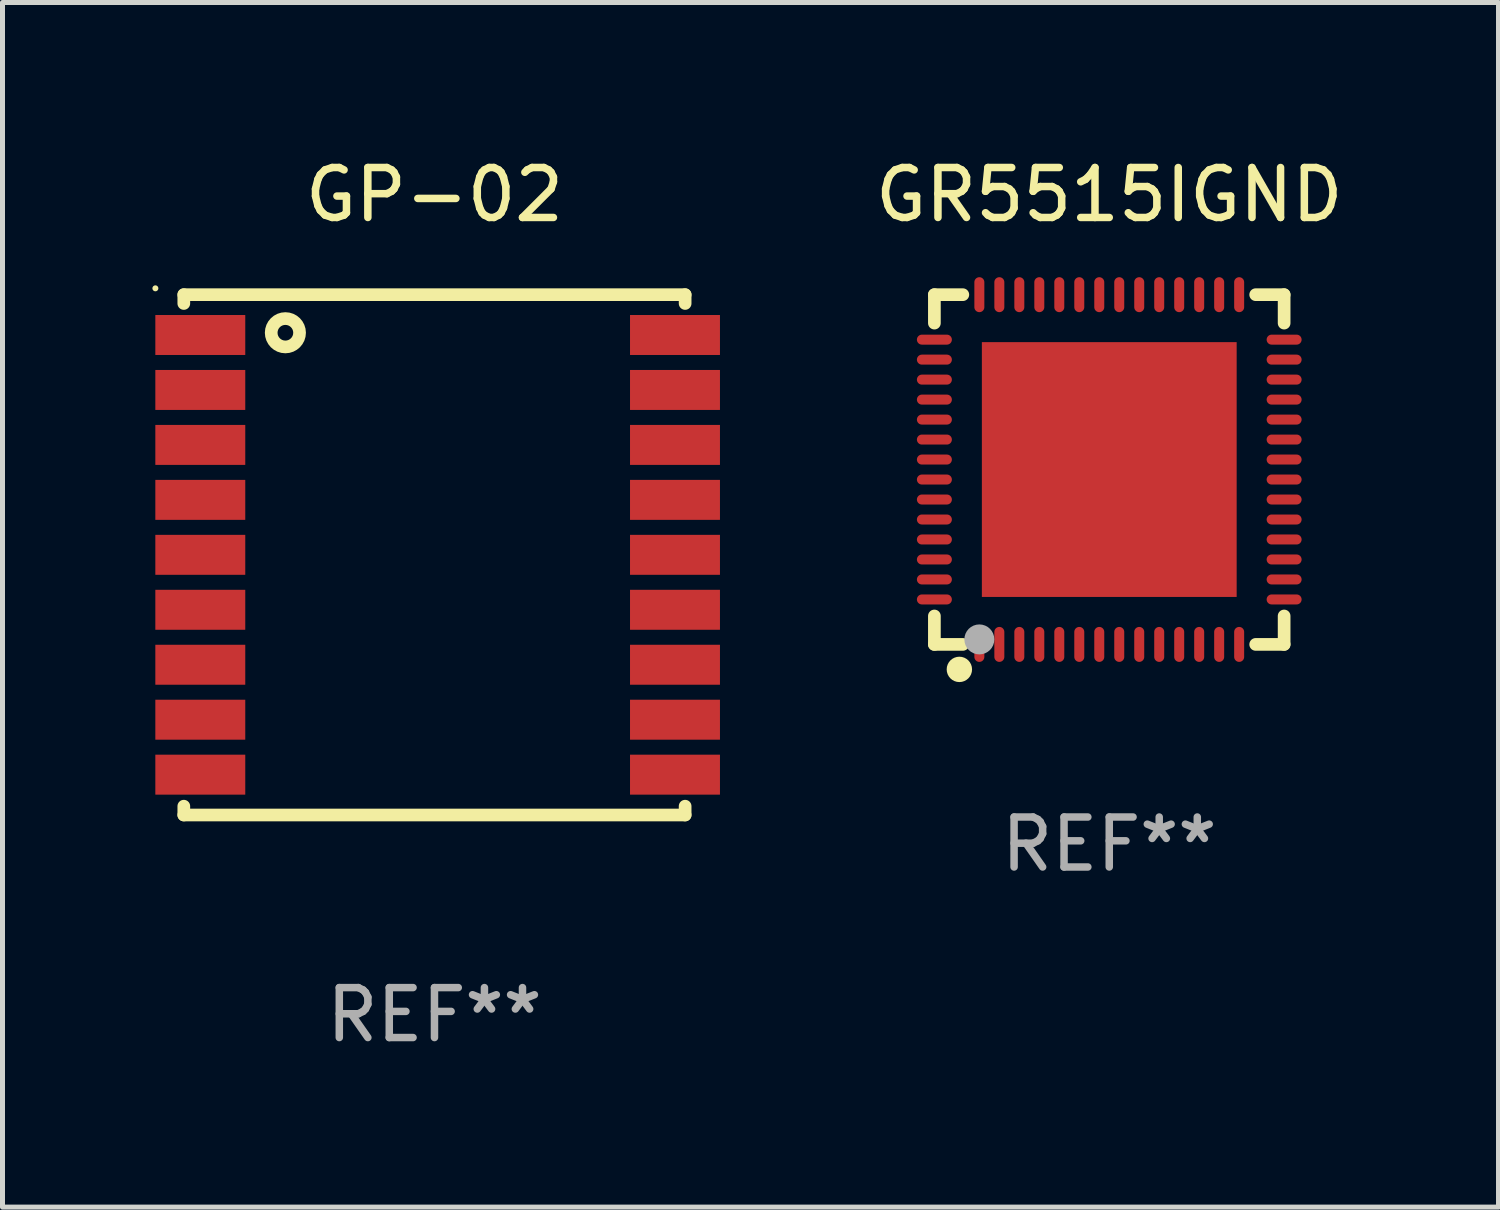
<source format=kicad_pcb>
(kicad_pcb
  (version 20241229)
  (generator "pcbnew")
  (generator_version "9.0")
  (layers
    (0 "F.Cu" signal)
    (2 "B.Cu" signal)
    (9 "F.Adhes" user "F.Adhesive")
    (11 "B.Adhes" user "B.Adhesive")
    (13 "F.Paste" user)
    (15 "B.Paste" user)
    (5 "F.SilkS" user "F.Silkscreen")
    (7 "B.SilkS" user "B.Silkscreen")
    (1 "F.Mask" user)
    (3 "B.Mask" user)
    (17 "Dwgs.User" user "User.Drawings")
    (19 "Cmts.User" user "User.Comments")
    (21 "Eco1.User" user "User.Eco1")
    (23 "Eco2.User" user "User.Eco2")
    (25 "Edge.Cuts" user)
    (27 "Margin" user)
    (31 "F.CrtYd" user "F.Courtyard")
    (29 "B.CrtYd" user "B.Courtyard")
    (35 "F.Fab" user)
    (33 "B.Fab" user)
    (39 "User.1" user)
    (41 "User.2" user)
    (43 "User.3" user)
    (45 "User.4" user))
  (footprint "GR5515IGND"
    (layer "F.Cu")
    (at 19.152 6.348)
    (property "Reference" "GR5515IGND" (at 0 -5.5 0) (layer "F.SilkS") (effects (font (size 1 1) (thickness 0.15))))
    (attr through_hole)
    (fp_line (start -3.5 -3.5) (end -2.931 -3.5) (stroke (width 0.254) (type solid)) (layer "F.SilkS"))
    (fp_line (start -3.5 -2.931) (end -3.5 -3.5) (stroke (width 0.254) (type solid)) (layer "F.SilkS"))
    (fp_line (start -3.5 3.5) (end -3.5 2.931) (stroke (width 0.254) (type solid)) (layer "F.SilkS"))
    (fp_line (start -2.931 3.5) (end -3.5 3.5) (stroke (width 0.254) (type solid)) (layer "F.SilkS"))
    (fp_line (start 2.931 -3.5) (end 3.5 -3.5) (stroke (width 0.254) (type solid)) (layer "F.SilkS"))
    (fp_line (start 3.5 -3.5) (end 3.5 -2.931) (stroke (width 0.254) (type solid)) (layer "F.SilkS"))
    (fp_line (start 3.5 2.931) (end 3.5 3.5) (stroke (width 0.254) (type solid)) (layer "F.SilkS"))
    (fp_line (start 3.5 3.5) (end 2.931 3.5) (stroke (width 0.254) (type solid)) (layer "F.SilkS"))
    (fp_circle (center -3.5 3.5) (end -3.47 3.5) (stroke (width 0.06) (type solid)) (fill no) (layer "F.SilkS"))
    (fp_circle (center -3 4) (end -2.873 4) (stroke (width 0.254) (type solid)) (fill no) (layer "F.SilkS"))
    (fp_circle (center -2.6 3.4) (end -2.45 3.4) (stroke (width 0.3) (type solid)) (fill no) (layer "F.Fab"))
    (fp_text user "REF**" (at 0 7.5 0) (layer "F.Fab") (effects (font (size 1 1) (thickness 0.15))))
    (pad "1" smd oval (at -2.6 3.5 180) (size 0.2 0.7) (layers "F.Cu" "F.Mask" "F.Paste"))
    (pad "2" smd oval (at -2.2 3.5 180) (size 0.2 0.7) (layers "F.Cu" "F.Mask" "F.Paste"))
    (pad "3" smd oval (at -1.8 3.5 180) (size 0.2 0.7) (layers "F.Cu" "F.Mask" "F.Paste"))
    (pad "4" smd oval (at -1.4 3.5 180) (size 0.2 0.7) (layers "F.Cu" "F.Mask" "F.Paste"))
    (pad "5" smd oval (at -1 3.5 180) (size 0.2 0.7) (layers "F.Cu" "F.Mask" "F.Paste"))
    (pad "6" smd oval (at -0.6 3.5 180) (size 0.2 0.7) (layers "F.Cu" "F.Mask" "F.Paste"))
    (pad "7" smd oval (at -0.2 3.5 180) (size 0.2 0.7) (layers "F.Cu" "F.Mask" "F.Paste"))
    (pad "8" smd oval (at 0.2 3.5 180) (size 0.2 0.7) (layers "F.Cu" "F.Mask" "F.Paste"))
    (pad "9" smd oval (at 0.6 3.5 180) (size 0.2 0.7) (layers "F.Cu" "F.Mask" "F.Paste"))
    (pad "10" smd oval (at 1 3.5 180) (size 0.2 0.7) (layers "F.Cu" "F.Mask" "F.Paste"))
    (pad "11" smd oval (at 1.4 3.5 180) (size 0.2 0.7) (layers "F.Cu" "F.Mask" "F.Paste"))
    (pad "12" smd oval (at 1.8 3.5 180) (size 0.2 0.7) (layers "F.Cu" "F.Mask" "F.Paste"))
    (pad "13" smd oval (at 2.2 3.5 180) (size 0.2 0.7) (layers "F.Cu" "F.Mask" "F.Paste"))
    (pad "14" smd oval (at 2.6 3.5 180) (size 0.2 0.7) (layers "F.Cu" "F.Mask" "F.Paste"))
    (pad "15" smd oval (at 3.5 2.6 90) (size 0.2 0.7) (layers "F.Cu" "F.Mask" "F.Paste"))
    (pad "16" smd oval (at 3.5 2.2 90) (size 0.2 0.7) (layers "F.Cu" "F.Mask" "F.Paste"))
    (pad "17" smd oval (at 3.5 1.8 90) (size 0.2 0.7) (layers "F.Cu" "F.Mask" "F.Paste"))
    (pad "18" smd oval (at 3.5 1.4 90) (size 0.2 0.7) (layers "F.Cu" "F.Mask" "F.Paste"))
    (pad "19" smd oval (at 3.5 1 90) (size 0.2 0.7) (layers "F.Cu" "F.Mask" "F.Paste"))
    (pad "20" smd oval (at 3.5 0.6 90) (size 0.2 0.7) (layers "F.Cu" "F.Mask" "F.Paste"))
    (pad "21" smd oval (at 3.5 0.2 90) (size 0.2 0.7) (layers "F.Cu" "F.Mask" "F.Paste"))
    (pad "22" smd oval (at 3.5 -0.2 90) (size 0.2 0.7) (layers "F.Cu" "F.Mask" "F.Paste"))
    (pad "23" smd oval (at 3.5 -0.6 90) (size 0.2 0.7) (layers "F.Cu" "F.Mask" "F.Paste"))
    (pad "24" smd oval (at 3.5 -1 90) (size 0.2 0.7) (layers "F.Cu" "F.Mask" "F.Paste"))
    (pad "25" smd oval (at 3.5 -1.4 90) (size 0.2 0.7) (layers "F.Cu" "F.Mask" "F.Paste"))
    (pad "26" smd oval (at 3.5 -1.8 90) (size 0.2 0.7) (layers "F.Cu" "F.Mask" "F.Paste"))
    (pad "27" smd oval (at 3.5 -2.2 90) (size 0.2 0.7) (layers "F.Cu" "F.Mask" "F.Paste"))
    (pad "28" smd oval (at 3.5 -2.6 90) (size 0.2 0.7) (layers "F.Cu" "F.Mask" "F.Paste"))
    (pad "29" smd oval (at 2.6 -3.5 180) (size 0.2 0.7) (layers "F.Cu" "F.Mask" "F.Paste"))
    (pad "30" smd oval (at 2.2 -3.5 180) (size 0.2 0.7) (layers "F.Cu" "F.Mask" "F.Paste"))
    (pad "31" smd oval (at 1.8 -3.5 180) (size 0.2 0.7) (layers "F.Cu" "F.Mask" "F.Paste"))
    (pad "32" smd oval (at 1.4 -3.5 180) (size 0.2 0.7) (layers "F.Cu" "F.Mask" "F.Paste"))
    (pad "33" smd oval (at 1 -3.5 180) (size 0.2 0.7) (layers "F.Cu" "F.Mask" "F.Paste"))
    (pad "34" smd oval (at 0.6 -3.5 180) (size 0.2 0.7) (layers "F.Cu" "F.Mask" "F.Paste"))
    (pad "35" smd oval (at 0.2 -3.5 180) (size 0.2 0.7) (layers "F.Cu" "F.Mask" "F.Paste"))
    (pad "36" smd oval (at -0.2 -3.5 180) (size 0.2 0.7) (layers "F.Cu" "F.Mask" "F.Paste"))
    (pad "37" smd oval (at -0.6 -3.5 180) (size 0.2 0.7) (layers "F.Cu" "F.Mask" "F.Paste"))
    (pad "38" smd oval (at -1 -3.5 180) (size 0.2 0.7) (layers "F.Cu" "F.Mask" "F.Paste"))
    (pad "39" smd oval (at -1.4 -3.5 180) (size 0.2 0.7) (layers "F.Cu" "F.Mask" "F.Paste"))
    (pad "40" smd oval (at -1.8 -3.5 180) (size 0.2 0.7) (layers "F.Cu" "F.Mask" "F.Paste"))
    (pad "41" smd oval (at -2.2 -3.5 180) (size 0.2 0.7) (layers "F.Cu" "F.Mask" "F.Paste"))
    (pad "42" smd oval (at -2.6 -3.5 180) (size 0.2 0.7) (layers "F.Cu" "F.Mask" "F.Paste"))
    (pad "43" smd oval (at -3.5 -2.6 90) (size 0.2 0.7) (layers "F.Cu" "F.Mask" "F.Paste"))
    (pad "44" smd oval (at -3.5 -2.2 90) (size 0.2 0.7) (layers "F.Cu" "F.Mask" "F.Paste"))
    (pad "45" smd oval (at -3.5 -1.8 90) (size 0.2 0.7) (layers "F.Cu" "F.Mask" "F.Paste"))
    (pad "46" smd oval (at -3.5 -1.4 90) (size 0.2 0.7) (layers "F.Cu" "F.Mask" "F.Paste"))
    (pad "47" smd oval (at -3.5 -1 90) (size 0.2 0.7) (layers "F.Cu" "F.Mask" "F.Paste"))
    (pad "48" smd oval (at -3.5 -0.6 90) (size 0.2 0.7) (layers "F.Cu" "F.Mask" "F.Paste"))
    (pad "49" smd oval (at -3.5 -0.2 90) (size 0.2 0.7) (layers "F.Cu" "F.Mask" "F.Paste"))
    (pad "50" smd oval (at -3.5 0.2 90) (size 0.2 0.7) (layers "F.Cu" "F.Mask" "F.Paste"))
    (pad "51" smd oval (at -3.5 0.6 90) (size 0.2 0.7) (layers "F.Cu" "F.Mask" "F.Paste"))
    (pad "52" smd oval (at -3.5 1 90) (size 0.2 0.7) (layers "F.Cu" "F.Mask" "F.Paste"))
    (pad "53" smd oval (at -3.5 1.4 90) (size 0.2 0.7) (layers "F.Cu" "F.Mask" "F.Paste"))
    (pad "54" smd oval (at -3.5 1.8 90) (size 0.2 0.7) (layers "F.Cu" "F.Mask" "F.Paste"))
    (pad "55" smd oval (at -3.5 2.2 90) (size 0.2 0.7) (layers "F.Cu" "F.Mask" "F.Paste"))
    (pad "56" smd oval (at -3.5 2.6 90) (size 0.2 0.7) (layers "F.Cu" "F.Mask" "F.Paste"))
    (pad "57" smd rect (at 0.000089 -0.000064 90) (size 5.1 5.1) (layers "F.Cu" "F.Mask" "F.Paste")))
  (footprint "GP-02"
    (layer "F.Cu")
    (at 5.646 8.055)
    (property "Reference" "GP-02" (at 0 -7.207 0) (layer "F.SilkS") (effects (font (size 1 1) (thickness 0.15))))
    (attr through_hole)
    (fp_line (start -5.017 -5.207) (end -5.017 -5.031) (stroke (width 0.254) (type solid)) (layer "F.SilkS"))
    (fp_line (start -5.017 -5.207) (end 5.017 -5.207) (stroke (width 0.254) (type solid)) (layer "F.SilkS"))
    (fp_line (start -5.017 5.031) (end -5.017 5.207) (stroke (width 0.254) (type solid)) (layer "F.SilkS"))
    (fp_line (start -5.017 5.207) (end 5.017 5.207) (stroke (width 0.254) (type solid)) (layer "F.SilkS"))
    (fp_line (start 5.017 -5.031) (end 5.017 -5.207) (stroke (width 0.254) (type solid)) (layer "F.SilkS"))
    (fp_line (start 5.017 5.207) (end 5.017 5.031) (stroke (width 0.254) (type solid)) (layer "F.SilkS"))
    (fp_circle (center -5.586 -5.334) (end -5.556 -5.334) (stroke (width 0.06) (type solid)) (fill no) (layer "F.SilkS"))
    (fp_circle (center -2.984 -4.445) (end -2.7 -4.445) (stroke (width 0.254) (type solid)) (fill no) (layer "F.SilkS"))
    (fp_text user "REF**" (at 0 9.207 0) (layer "F.Fab") (effects (font (size 1 1) (thickness 0.15))))
    (pad "1" smd rect (at -4.687 -4.4) (size 1.8 0.8) (layers "F.Cu" "F.Mask" "F.Paste"))
    (pad "2" smd rect (at -4.687 -3.3) (size 1.8 0.8) (layers "F.Cu" "F.Mask" "F.Paste"))
    (pad "3" smd rect (at -4.687 -2.2) (size 1.8 0.8) (layers "F.Cu" "F.Mask" "F.Paste"))
    (pad "4" smd rect (at -4.687 -1.1) (size 1.8 0.8) (layers "F.Cu" "F.Mask" "F.Paste"))
    (pad "5" smd rect (at -4.687 0.000025) (size 1.8 0.8) (layers "F.Cu" "F.Mask" "F.Paste"))
    (pad "6" smd rect (at -4.687 1.1) (size 1.8 0.8) (layers "F.Cu" "F.Mask" "F.Paste"))
    (pad "7" smd rect (at -4.687 2.2) (size 1.8 0.8) (layers "F.Cu" "F.Mask" "F.Paste"))
    (pad "8" smd rect (at -4.687 3.3) (size 1.8 0.8) (layers "F.Cu" "F.Mask" "F.Paste"))
    (pad "9" smd rect (at -4.687 4.4) (size 1.8 0.8) (layers "F.Cu" "F.Mask" "F.Paste"))
    (pad "10" smd rect (at 4.814 4.4) (size 1.8 0.8) (layers "F.Cu" "F.Mask" "F.Paste"))
    (pad "11" smd rect (at 4.814 3.3) (size 1.8 0.8) (layers "F.Cu" "F.Mask" "F.Paste"))
    (pad "12" smd rect (at 4.814 2.2) (size 1.8 0.8) (layers "F.Cu" "F.Mask" "F.Paste"))
    (pad "13" smd rect (at 4.814 1.1) (size 1.8 0.8) (layers "F.Cu" "F.Mask" "F.Paste"))
    (pad "14" smd rect (at 4.814 0.000025) (size 1.8 0.8) (layers "F.Cu" "F.Mask" "F.Paste"))
    (pad "15" smd rect (at 4.814 -1.1) (size 1.8 0.8) (layers "F.Cu" "F.Mask" "F.Paste"))
    (pad "16" smd rect (at 4.814 -2.2) (size 1.8 0.8) (layers "F.Cu" "F.Mask" "F.Paste"))
    (pad "17" smd rect (at 4.814 -3.3) (size 1.8 0.8) (layers "F.Cu" "F.Mask" "F.Paste"))
    (pad "18" smd rect (at 4.814 -4.4) (size 1.8 0.8) (layers "F.Cu" "F.Mask" "F.Paste")))
  (gr_rect
    (start -3 -3)
    (end 26.943 21.111)
    (stroke (width 0.1) (type default))
    (fill no)
    (layer "Edge.Cuts")))
</source>
